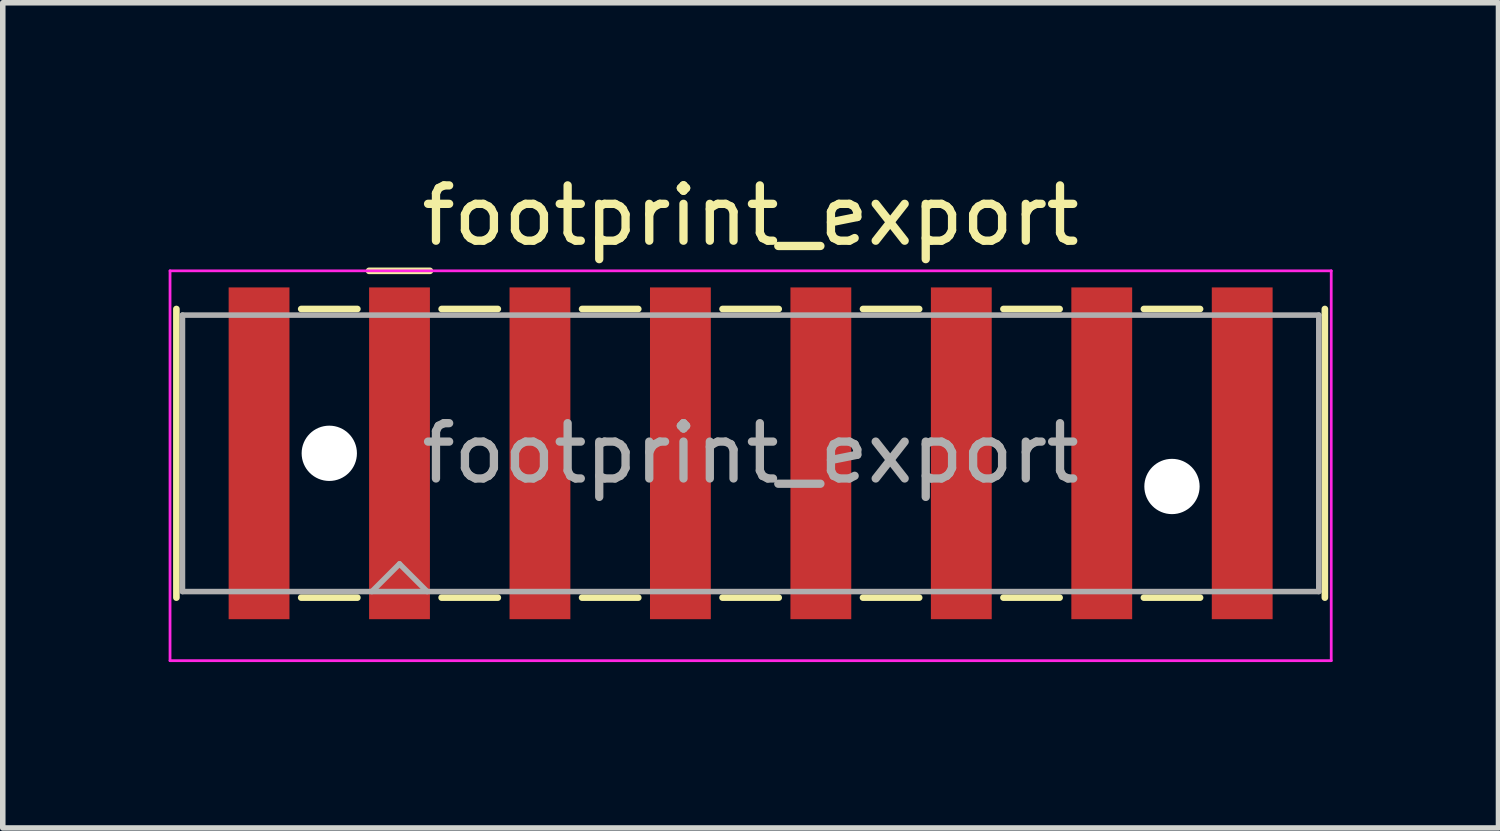
<source format=kicad_pcb>
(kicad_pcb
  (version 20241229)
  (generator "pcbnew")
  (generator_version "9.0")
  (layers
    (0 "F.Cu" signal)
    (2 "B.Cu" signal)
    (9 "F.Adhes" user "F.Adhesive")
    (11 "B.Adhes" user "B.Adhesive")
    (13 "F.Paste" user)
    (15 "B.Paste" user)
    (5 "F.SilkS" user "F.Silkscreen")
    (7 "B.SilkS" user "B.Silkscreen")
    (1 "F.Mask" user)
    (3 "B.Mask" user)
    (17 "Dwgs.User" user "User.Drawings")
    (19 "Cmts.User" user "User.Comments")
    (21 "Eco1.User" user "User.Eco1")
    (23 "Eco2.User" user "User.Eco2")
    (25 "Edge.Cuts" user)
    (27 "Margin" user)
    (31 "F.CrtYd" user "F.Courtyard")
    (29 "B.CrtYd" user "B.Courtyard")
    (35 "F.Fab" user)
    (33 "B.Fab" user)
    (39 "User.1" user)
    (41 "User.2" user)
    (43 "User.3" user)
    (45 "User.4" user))
  (footprint "footprint_export"
    (layer "F.Cu")
    (at 10.525 5.148)
    (property "Reference" "footprint_export" (at 0 -4.3 0) (layer "F.SilkS") (effects (font (size 1 1) (thickness 0.15))))
    (attr smd)
    (fp_line (start -10.385 -2.61) (end -10.385 2.61) (stroke (width 0.12) (type solid)) (layer "F.SilkS"))
    (fp_line (start -8.128 -2.61) (end -7.112 -2.61) (stroke (width 0.12) (type solid)) (layer "F.SilkS"))
    (fp_line (start -8.128 2.61) (end -7.112 2.61) (stroke (width 0.12) (type solid)) (layer "F.SilkS"))
    (fp_line (start -6.9 -3.3) (end -5.8 -3.3) (stroke (width 0.12) (type solid)) (layer "F.SilkS"))
    (fp_line (start -5.588 -2.61) (end -4.572 -2.61) (stroke (width 0.12) (type solid)) (layer "F.SilkS"))
    (fp_line (start -5.588 2.61) (end -4.572 2.61) (stroke (width 0.12) (type solid)) (layer "F.SilkS"))
    (fp_line (start -3.048 -2.61) (end -2.032 -2.61) (stroke (width 0.12) (type solid)) (layer "F.SilkS"))
    (fp_line (start -3.048 2.61) (end -2.032 2.61) (stroke (width 0.12) (type solid)) (layer "F.SilkS"))
    (fp_line (start -0.508 -2.61) (end 0.508 -2.61) (stroke (width 0.12) (type solid)) (layer "F.SilkS"))
    (fp_line (start -0.508 2.61) (end 0.508 2.61) (stroke (width 0.12) (type solid)) (layer "F.SilkS"))
    (fp_line (start 2.032 -2.61) (end 3.048 -2.61) (stroke (width 0.12) (type solid)) (layer "F.SilkS"))
    (fp_line (start 2.032 2.61) (end 3.048 2.61) (stroke (width 0.12) (type solid)) (layer "F.SilkS"))
    (fp_line (start 4.572 -2.61) (end 5.588 -2.61) (stroke (width 0.12) (type solid)) (layer "F.SilkS"))
    (fp_line (start 4.572 2.61) (end 5.588 2.61) (stroke (width 0.12) (type solid)) (layer "F.SilkS"))
    (fp_line (start 7.112 -2.61) (end 8.128 -2.61) (stroke (width 0.12) (type solid)) (layer "F.SilkS"))
    (fp_line (start 7.112 2.61) (end 8.128 2.61) (stroke (width 0.12) (type solid)) (layer "F.SilkS"))
    (fp_line (start 10.385 -2.61) (end 10.385 2.61) (stroke (width 0.12) (type solid)) (layer "F.SilkS"))
    (fp_line (start -10.5 -3.3) (end -10.5 3.75) (stroke (width 0.05) (type solid)) (layer "F.CrtYd"))
    (fp_line (start -10.5 3.75) (end 10.5 3.75) (stroke (width 0.05) (type solid)) (layer "F.CrtYd"))
    (fp_line (start 10.5 -3.3) (end -10.5 -3.3) (stroke (width 0.05) (type solid)) (layer "F.CrtYd"))
    (fp_line (start 10.5 3.75) (end 10.5 -3.3) (stroke (width 0.05) (type solid)) (layer "F.CrtYd"))
    (fp_line (start -10.275 -2.5) (end -10.275 2.5) (stroke (width 0.1) (type solid)) (layer "F.Fab"))
    (fp_line (start -10.275 2.5) (end 10.275 2.5) (stroke (width 0.1) (type solid)) (layer "F.Fab"))
    (fp_line (start -6.85 2.5) (end -6.35 2) (stroke (width 0.1) (type solid)) (layer "F.Fab"))
    (fp_line (start -6.35 2) (end -5.85 2.5) (stroke (width 0.1) (type solid)) (layer "F.Fab"))
    (fp_line (start 10.275 -2.5) (end -10.275 -2.5) (stroke (width 0.1) (type solid)) (layer "F.Fab"))
    (fp_line (start 10.275 2.5) (end 10.275 -2.5) (stroke (width 0.1) (type solid)) (layer "F.Fab"))
    (fp_text user "${REFERENCE}" (at 0 0 0) (layer "F.Fab") (effects (font (size 1 1) (thickness 0.15))))
    (pad "" np_thru_hole circle (at -7.62 0) (size 1 1) (drill 1) (layers "*.Cu" "*.Mask"))
    (pad "" np_thru_hole circle (at 7.62 0.6) (size 1 1) (drill 1) (layers "*.Cu" "*.Mask"))
    (pad "1" smd rect (at -6.35 0) (size 1.1 6) (layers "F.Cu" "F.Mask" "F.Paste"))
    (pad "2" smd rect (at -3.81 0) (size 1.1 6) (layers "F.Cu" "F.Mask" "F.Paste"))
    (pad "3" smd rect (at -1.27 0) (size 1.1 6) (layers "F.Cu" "F.Mask" "F.Paste"))
    (pad "4" smd rect (at 1.27 0) (size 1.1 6) (layers "F.Cu" "F.Mask" "F.Paste"))
    (pad "5" smd rect (at 3.81 0) (size 1.1 6) (layers "F.Cu" "F.Mask" "F.Paste"))
    (pad "6" smd rect (at 6.35 0) (size 1.1 6) (layers "F.Cu" "F.Mask" "F.Paste"))
    (pad "MP" smd rect (at -8.89 0) (size 1.1 6) (layers "F.Cu" "F.Mask" "F.Paste"))
    (pad "MP" smd rect (at 8.89 0) (size 1.1 6) (layers "F.Cu" "F.Mask" "F.Paste")))
  (gr_rect
    (start -3 -3)
    (end 24.05 11.923)
    (stroke (width 0.1) (type default))
    (fill no)
    (layer "Edge.Cuts")))
</source>
